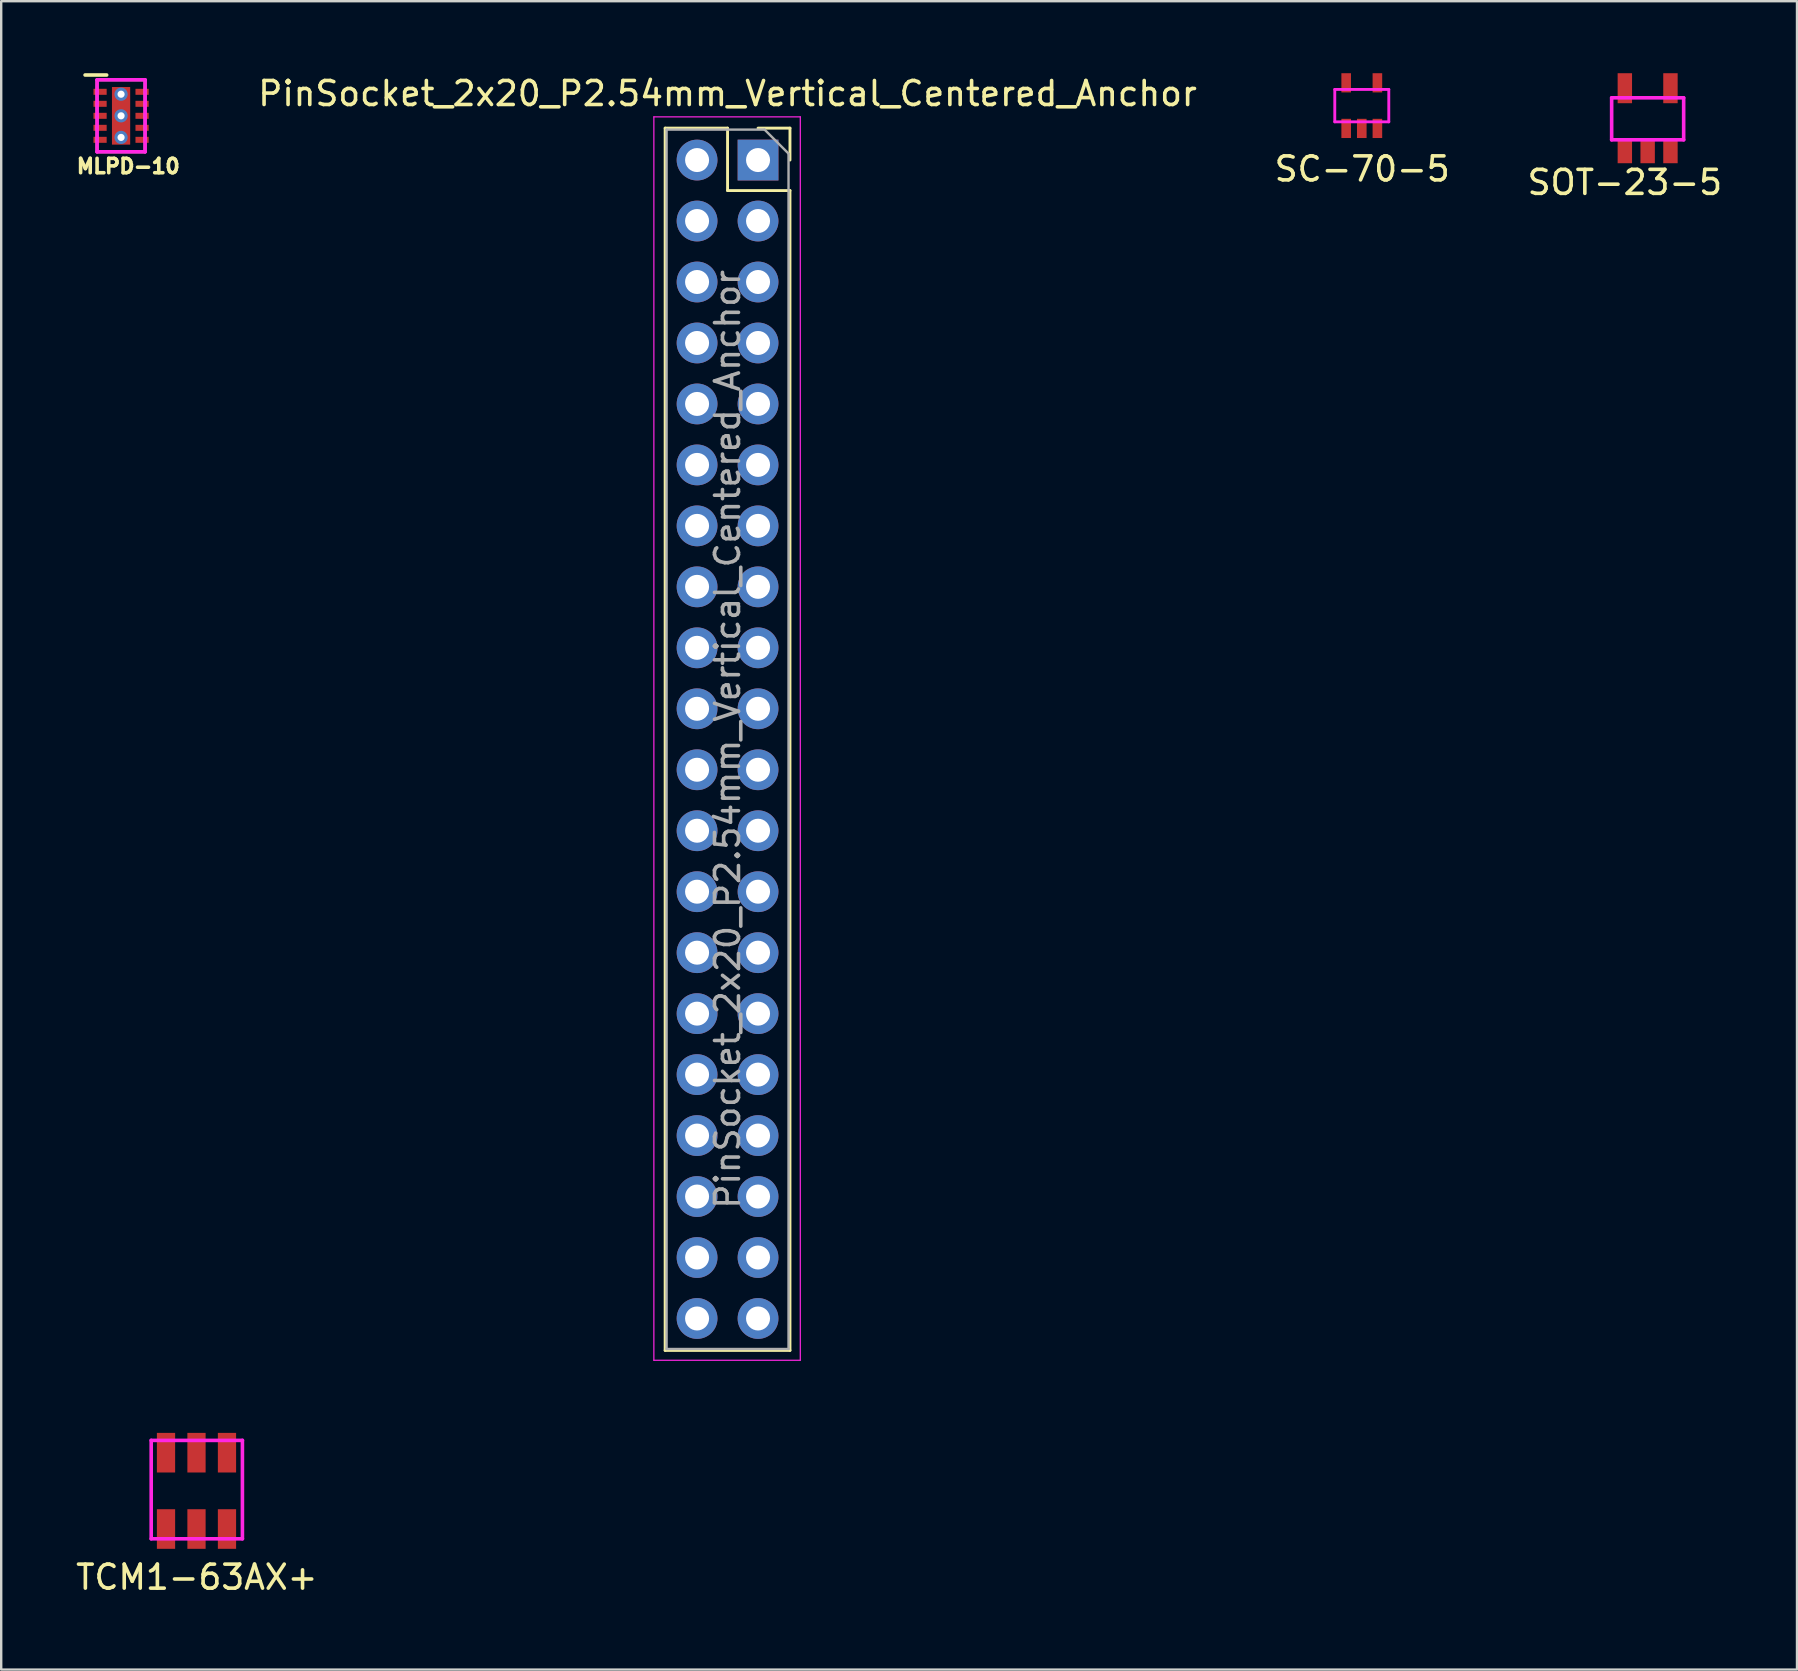
<source format=kicad_pcb>
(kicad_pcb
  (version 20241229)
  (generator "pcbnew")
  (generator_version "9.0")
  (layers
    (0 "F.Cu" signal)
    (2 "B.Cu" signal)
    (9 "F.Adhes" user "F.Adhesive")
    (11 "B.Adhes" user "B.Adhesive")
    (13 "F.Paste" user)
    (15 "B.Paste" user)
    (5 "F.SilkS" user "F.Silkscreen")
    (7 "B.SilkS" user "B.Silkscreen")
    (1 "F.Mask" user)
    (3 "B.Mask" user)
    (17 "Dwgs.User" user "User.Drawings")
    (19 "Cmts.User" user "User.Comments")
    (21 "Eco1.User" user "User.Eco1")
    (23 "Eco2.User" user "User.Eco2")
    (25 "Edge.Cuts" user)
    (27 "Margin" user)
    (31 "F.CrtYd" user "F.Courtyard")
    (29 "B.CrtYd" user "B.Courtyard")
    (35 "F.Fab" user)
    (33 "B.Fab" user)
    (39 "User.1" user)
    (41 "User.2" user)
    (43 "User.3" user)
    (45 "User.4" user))
  (footprint "SOT-23-5"
    (layer "F.Cu")
    (at 64.641 3.225)
    (property "Reference" "SOT-23-5" (at 0 1.325 0) (layer "F.SilkS") (effects (font (size 1 1) (thickness 0.15))))
    (attr through_hole)
    (fp_line (start -0.55 -2.2) (end -0.55 -0.45) (stroke (width 0.15) (type solid)) (layer "F.CrtYd"))
    (fp_line (start -0.55 -0.45) (end 2.45 -0.45) (stroke (width 0.15) (type solid)) (layer "F.CrtYd"))
    (fp_line (start 2.45 -2.2) (end -0.55 -2.2) (stroke (width 0.15) (type solid)) (layer "F.CrtYd"))
    (fp_line (start 2.45 -0.45) (end 2.45 -2.2) (stroke (width 0.15) (type solid)) (layer "F.CrtYd"))
    (pad "1" smd rect (at 0 0) (size 0.6 1.05) (layers "F.Cu" "F.Mask" "F.Paste"))
    (pad "2" smd rect (at 0.95 0) (size 0.6 1.05) (layers "F.Cu" "F.Mask" "F.Paste"))
    (pad "3" smd rect (at 1.9 0) (size 0.6 1.05) (layers "F.Cu" "F.Mask" "F.Paste"))
    (pad "4" smd rect (at 1.9 -2.6) (size 0.6 1.25) (layers "F.Cu" "F.Mask" "F.Paste"))
    (pad "5" smd rect (at 0 -2.6) (size 0.6 1.25) (layers "F.Cu" "F.Mask" "F.Paste")))
  (footprint "TCM1-63AX+"
    (layer "F.Cu")
    (at 5.149 59.056)
    (property "Reference" "TCM1-63AX+" (at 0 3.6 0) (layer "F.SilkS") (effects (font (size 1 1) (thickness 0.15))))
    (attr through_hole)
    (fp_line (start -1.9 -2.1) (end 1.9 -2.1) (stroke (width 0.15) (type solid)) (layer "F.CrtYd"))
    (fp_line (start -1.9 2) (end -1.9 -2.1) (stroke (width 0.15) (type solid)) (layer "F.CrtYd"))
    (fp_line (start 1.9 -2.1) (end 1.9 2) (stroke (width 0.15) (type solid)) (layer "F.CrtYd"))
    (fp_line (start 1.9 2) (end -1.9 2) (stroke (width 0.15) (type solid)) (layer "F.CrtYd"))
    (pad "1" smd rect (at -1.283 -1.587) (size 0.76 1.65) (layers "F.Cu" "F.Mask" "F.Paste"))
    (pad "2" smd rect (at -0.013 -1.587) (size 0.76 1.65) (layers "F.Cu" "F.Mask" "F.Paste"))
    (pad "3" smd rect (at 1.257 -1.587) (size 0.76 1.65) (layers "F.Cu" "F.Mask" "F.Paste"))
    (pad "4" smd rect (at 1.257 1.593) (size 0.76 1.65) (layers "F.Cu" "F.Mask" "F.Paste"))
    (pad "5" smd rect (at -0.013 1.593) (size 0.76 1.65) (layers "F.Cu" "F.Mask" "F.Paste"))
    (pad "6" smd rect (at -1.283 1.593) (size 0.76 1.65) (layers "F.Cu" "F.Mask" "F.Paste")))
  (footprint "MLPD-10"
    (layer "F.Cu")
    (at 1.994 1.775)
    (property "Reference" "MLPD-10" (at 0.3 2.1 0) (layer "F.SilkS") (effects (font (size 0.6 0.6) (thickness 0.15))))
    (attr through_hole)
    (fp_line (start -1 -1.5) (end -1 1.5) (stroke (width 0.12) (type solid)) (layer "F.SilkS"))
    (fp_line (start -1 1.5) (end 1 1.5) (stroke (width 0.12) (type solid)) (layer "F.SilkS"))
    (fp_line (start -0.6 -1.7) (end -1.5 -1.7) (stroke (width 0.15) (type solid)) (layer "F.SilkS"))
    (fp_line (start 1 -1.5) (end -1 -1.5) (stroke (width 0.12) (type solid)) (layer "F.SilkS"))
    (fp_line (start 1 1.5) (end 1 -1.5) (stroke (width 0.12) (type solid)) (layer "F.SilkS"))
    (fp_line (start -1 -1.5) (end 1 -1.5) (stroke (width 0.15) (type solid)) (layer "F.CrtYd"))
    (fp_line (start -1 1.5) (end -1 -1.5) (stroke (width 0.15) (type solid)) (layer "F.CrtYd"))
    (fp_line (start 1 -1.5) (end 1 1.5) (stroke (width 0.15) (type solid)) (layer "F.CrtYd"))
    (fp_line (start 1 1.5) (end -1 1.5) (stroke (width 0.15) (type solid)) (layer "F.CrtYd"))
    (pad "1" smd rect (at -0.875 -1) (size 0.55 0.25) (layers "F.Cu" "F.Mask" "F.Paste"))
    (pad "2" smd rect (at -0.875 -0.5) (size 0.55 0.25) (layers "F.Cu" "F.Mask" "F.Paste"))
    (pad "3" smd rect (at -0.875 0) (size 0.55 0.25) (layers "F.Cu" "F.Mask" "F.Paste"))
    (pad "4" smd rect (at -0.875 0.5) (size 0.55 0.25) (layers "F.Cu" "F.Mask" "F.Paste"))
    (pad "5" smd rect (at -0.875 1) (size 0.55 0.25) (layers "F.Cu" "F.Mask" "F.Paste"))
    (pad "6" smd rect (at 0.875 1) (size 0.55 0.25) (layers "F.Cu" "F.Mask" "F.Paste"))
    (pad "7" smd rect (at 0.875 0.5) (size 0.55 0.25) (layers "F.Cu" "F.Mask" "F.Paste"))
    (pad "8" smd rect (at 0.875 0) (size 0.55 0.25) (layers "F.Cu" "F.Mask" "F.Paste"))
    (pad "9" smd rect (at 0.875 -0.5) (size 0.55 0.25) (layers "F.Cu" "F.Mask" "F.Paste"))
    (pad "10" smd rect (at 0.875 -1) (size 0.55 0.25) (layers "F.Cu" "F.Mask" "F.Paste"))
    (pad "EP" thru_hole circle (at 0 -0.9) (size 0.55 0.55) (drill 0.3) (layers "*.Cu"))
    (pad "EP" thru_hole circle (at 0 0) (size 0.55 0.55) (drill 0.3) (layers "*.Cu"))
    (pad "EP" smd rect (at 0 0) (size 0.76 2.4) (layers "F.Cu" "F.Mask" "F.Paste"))
    (pad "EP" thru_hole circle (at 0 0.9) (size 0.55 0.55) (drill 0.3) (layers "*.Cu")))
  (footprint "PinSocket_2x20_P2.54mm_Vertical_Centered_Anchor"
    (layer "F.Cu")
    (at 27.26 27.748)
    (property "Reference" "PinSocket_2x20_P2.54mm_Vertical_Centered_Anchor" (at 0 -26.9 0) (layer "F.SilkS") (effects (font (size 1 1) (thickness 0.15))))
    (attr through_hole)
    (fp_line (start -2.6 -25.46) (end -2.6 25.46) (stroke (width 0.12) (type solid)) (layer "F.SilkS"))
    (fp_line (start -2.6 -25.46) (end 0 -25.46) (stroke (width 0.12) (type solid)) (layer "F.SilkS"))
    (fp_line (start -2.6 25.46) (end 2.6 25.46) (stroke (width 0.12) (type solid)) (layer "F.SilkS"))
    (fp_line (start 0 -25.46) (end 0 -22.86) (stroke (width 0.12) (type solid)) (layer "F.SilkS"))
    (fp_line (start 0 -22.86) (end 2.6 -22.86) (stroke (width 0.12) (type solid)) (layer "F.SilkS"))
    (fp_line (start 1.27 -25.46) (end 2.6 -25.46) (stroke (width 0.12) (type solid)) (layer "F.SilkS"))
    (fp_line (start 2.6 -25.46) (end 2.6 -24.13) (stroke (width 0.12) (type solid)) (layer "F.SilkS"))
    (fp_line (start 2.6 -22.86) (end 2.6 25.46) (stroke (width 0.12) (type solid)) (layer "F.SilkS"))
    (fp_line (start -3.07 -25.93) (end 3.03 -25.93) (stroke (width 0.05) (type solid)) (layer "F.CrtYd"))
    (fp_line (start -3.07 25.87) (end -3.07 -25.93) (stroke (width 0.05) (type solid)) (layer "F.CrtYd"))
    (fp_line (start 3.03 -25.93) (end 3.03 25.87) (stroke (width 0.05) (type solid)) (layer "F.CrtYd"))
    (fp_line (start 3.03 25.87) (end -3.07 25.87) (stroke (width 0.05) (type solid)) (layer "F.CrtYd"))
    (fp_line (start -2.54 -25.4) (end 1.54 -25.4) (stroke (width 0.1) (type solid)) (layer "F.Fab"))
    (fp_line (start -2.54 25.4) (end -2.54 -25.4) (stroke (width 0.1) (type solid)) (layer "F.Fab"))
    (fp_line (start 1.54 -25.4) (end 2.54 -24.4) (stroke (width 0.1) (type solid)) (layer "F.Fab"))
    (fp_line (start 2.54 -24.4) (end 2.54 25.4) (stroke (width 0.1) (type solid)) (layer "F.Fab"))
    (fp_line (start 2.54 25.4) (end -2.54 25.4) (stroke (width 0.1) (type solid)) (layer "F.Fab"))
    (fp_text user "${REFERENCE}" (at 0 0 90) (layer "F.Fab") (effects (font (size 1 1) (thickness 0.15))))
    (pad "1" thru_hole rect (at 1.27 -24.13) (size 1.7 1.7) (drill 1) (layers "*.Cu" "*.Mask"))
    (pad "2" thru_hole oval (at -1.27 -24.13) (size 1.7 1.7) (drill 1) (layers "*.Cu" "*.Mask"))
    (pad "3" thru_hole oval (at 1.27 -21.59) (size 1.7 1.7) (drill 1) (layers "*.Cu" "*.Mask"))
    (pad "4" thru_hole oval (at -1.27 -21.59) (size 1.7 1.7) (drill 1) (layers "*.Cu" "*.Mask"))
    (pad "5" thru_hole oval (at 1.27 -19.05) (size 1.7 1.7) (drill 1) (layers "*.Cu" "*.Mask"))
    (pad "6" thru_hole oval (at -1.27 -19.05) (size 1.7 1.7) (drill 1) (layers "*.Cu" "*.Mask"))
    (pad "7" thru_hole oval (at 1.27 -16.51) (size 1.7 1.7) (drill 1) (layers "*.Cu" "*.Mask"))
    (pad "8" thru_hole oval (at -1.27 -16.51) (size 1.7 1.7) (drill 1) (layers "*.Cu" "*.Mask"))
    (pad "9" thru_hole oval (at 1.27 -13.97) (size 1.7 1.7) (drill 1) (layers "*.Cu" "*.Mask"))
    (pad "10" thru_hole oval (at -1.27 -13.97) (size 1.7 1.7) (drill 1) (layers "*.Cu" "*.Mask"))
    (pad "11" thru_hole oval (at 1.27 -11.43) (size 1.7 1.7) (drill 1) (layers "*.Cu" "*.Mask"))
    (pad "12" thru_hole oval (at -1.27 -11.43) (size 1.7 1.7) (drill 1) (layers "*.Cu" "*.Mask"))
    (pad "13" thru_hole oval (at 1.27 -8.89) (size 1.7 1.7) (drill 1) (layers "*.Cu" "*.Mask"))
    (pad "14" thru_hole oval (at -1.27 -8.89) (size 1.7 1.7) (drill 1) (layers "*.Cu" "*.Mask"))
    (pad "15" thru_hole oval (at 1.27 -6.35) (size 1.7 1.7) (drill 1) (layers "*.Cu" "*.Mask"))
    (pad "16" thru_hole oval (at -1.27 -6.35) (size 1.7 1.7) (drill 1) (layers "*.Cu" "*.Mask"))
    (pad "17" thru_hole oval (at 1.27 -3.81) (size 1.7 1.7) (drill 1) (layers "*.Cu" "*.Mask"))
    (pad "18" thru_hole oval (at -1.27 -3.81) (size 1.7 1.7) (drill 1) (layers "*.Cu" "*.Mask"))
    (pad "19" thru_hole oval (at 1.27 -1.27) (size 1.7 1.7) (drill 1) (layers "*.Cu" "*.Mask"))
    (pad "20" thru_hole oval (at -1.27 -1.27) (size 1.7 1.7) (drill 1) (layers "*.Cu" "*.Mask"))
    (pad "21" thru_hole oval (at 1.27 1.27) (size 1.7 1.7) (drill 1) (layers "*.Cu" "*.Mask"))
    (pad "22" thru_hole oval (at -1.27 1.27) (size 1.7 1.7) (drill 1) (layers "*.Cu" "*.Mask"))
    (pad "23" thru_hole oval (at 1.27 3.81) (size 1.7 1.7) (drill 1) (layers "*.Cu" "*.Mask"))
    (pad "24" thru_hole oval (at -1.27 3.81) (size 1.7 1.7) (drill 1) (layers "*.Cu" "*.Mask"))
    (pad "25" thru_hole oval (at 1.27 6.35) (size 1.7 1.7) (drill 1) (layers "*.Cu" "*.Mask"))
    (pad "26" thru_hole oval (at -1.27 6.35) (size 1.7 1.7) (drill 1) (layers "*.Cu" "*.Mask"))
    (pad "27" thru_hole oval (at 1.27 8.89) (size 1.7 1.7) (drill 1) (layers "*.Cu" "*.Mask"))
    (pad "28" thru_hole oval (at -1.27 8.89) (size 1.7 1.7) (drill 1) (layers "*.Cu" "*.Mask"))
    (pad "29" thru_hole oval (at 1.27 11.43) (size 1.7 1.7) (drill 1) (layers "*.Cu" "*.Mask"))
    (pad "30" thru_hole oval (at -1.27 11.43) (size 1.7 1.7) (drill 1) (layers "*.Cu" "*.Mask"))
    (pad "31" thru_hole oval (at 1.27 13.97) (size 1.7 1.7) (drill 1) (layers "*.Cu" "*.Mask"))
    (pad "32" thru_hole oval (at -1.27 13.97) (size 1.7 1.7) (drill 1) (layers "*.Cu" "*.Mask"))
    (pad "33" thru_hole oval (at 1.27 16.51) (size 1.7 1.7) (drill 1) (layers "*.Cu" "*.Mask"))
    (pad "34" thru_hole oval (at -1.27 16.51) (size 1.7 1.7) (drill 1) (layers "*.Cu" "*.Mask"))
    (pad "35" thru_hole oval (at 1.27 19.05) (size 1.7 1.7) (drill 1) (layers "*.Cu" "*.Mask"))
    (pad "36" thru_hole oval (at -1.27 19.05) (size 1.7 1.7) (drill 1) (layers "*.Cu" "*.Mask"))
    (pad "37" thru_hole oval (at 1.27 21.59) (size 1.7 1.7) (drill 1) (layers "*.Cu" "*.Mask"))
    (pad "38" thru_hole oval (at -1.27 21.59) (size 1.7 1.7) (drill 1) (layers "*.Cu" "*.Mask"))
    (pad "39" thru_hole oval (at 1.27 24.13) (size 1.7 1.7) (drill 1) (layers "*.Cu" "*.Mask"))
    (pad "40" thru_hole oval (at -1.27 24.13) (size 1.7 1.7) (drill 1) (layers "*.Cu" "*.Mask")))
  (footprint "SC-70-5"
    (layer "F.Cu")
    (at 53.682 1.35)
    (property "Reference" "SC-70-5" (at 0.018 2.639 0) (layer "F.SilkS") (effects (font (size 1 1) (thickness 0.15))))
    (attr through_hole)
    (fp_line (start -1.125 -0.675) (end -1.125 0.675) (stroke (width 0.12) (type solid)) (layer "F.CrtYd"))
    (fp_line (start -1.125 -0.675) (end 1.125 -0.675) (stroke (width 0.12) (type solid)) (layer "F.CrtYd"))
    (fp_line (start -1.125 0.675) (end 1.125 0.675) (stroke (width 0.12) (type solid)) (layer "F.CrtYd"))
    (fp_line (start 1.125 0.675) (end 1.125 -0.675) (stroke (width 0.12) (type solid)) (layer "F.CrtYd"))
    (pad "1" smd rect (at -0.65 0.95) (size 0.4 0.8) (layers "F.Cu" "F.Mask" "F.Paste"))
    (pad "2" smd rect (at 0 0.95) (size 0.4 0.8) (layers "F.Cu" "F.Mask" "F.Paste"))
    (pad "3" smd rect (at 0.65 0.95) (size 0.4 0.8) (layers "F.Cu" "F.Mask" "F.Paste"))
    (pad "4" smd rect (at 0.65 -0.95) (size 0.4 0.8) (layers "F.Cu" "F.Mask" "F.Paste"))
    (pad "5" smd rect (at -0.65 -0.95) (size 0.4 0.8) (layers "F.Cu" "F.Mask" "F.Paste")))
  (gr_rect
    (start -3 -3)
    (end 71.813 66.504)
    (stroke (width 0.1) (type default))
    (fill no)
    (layer "Edge.Cuts")))
</source>
